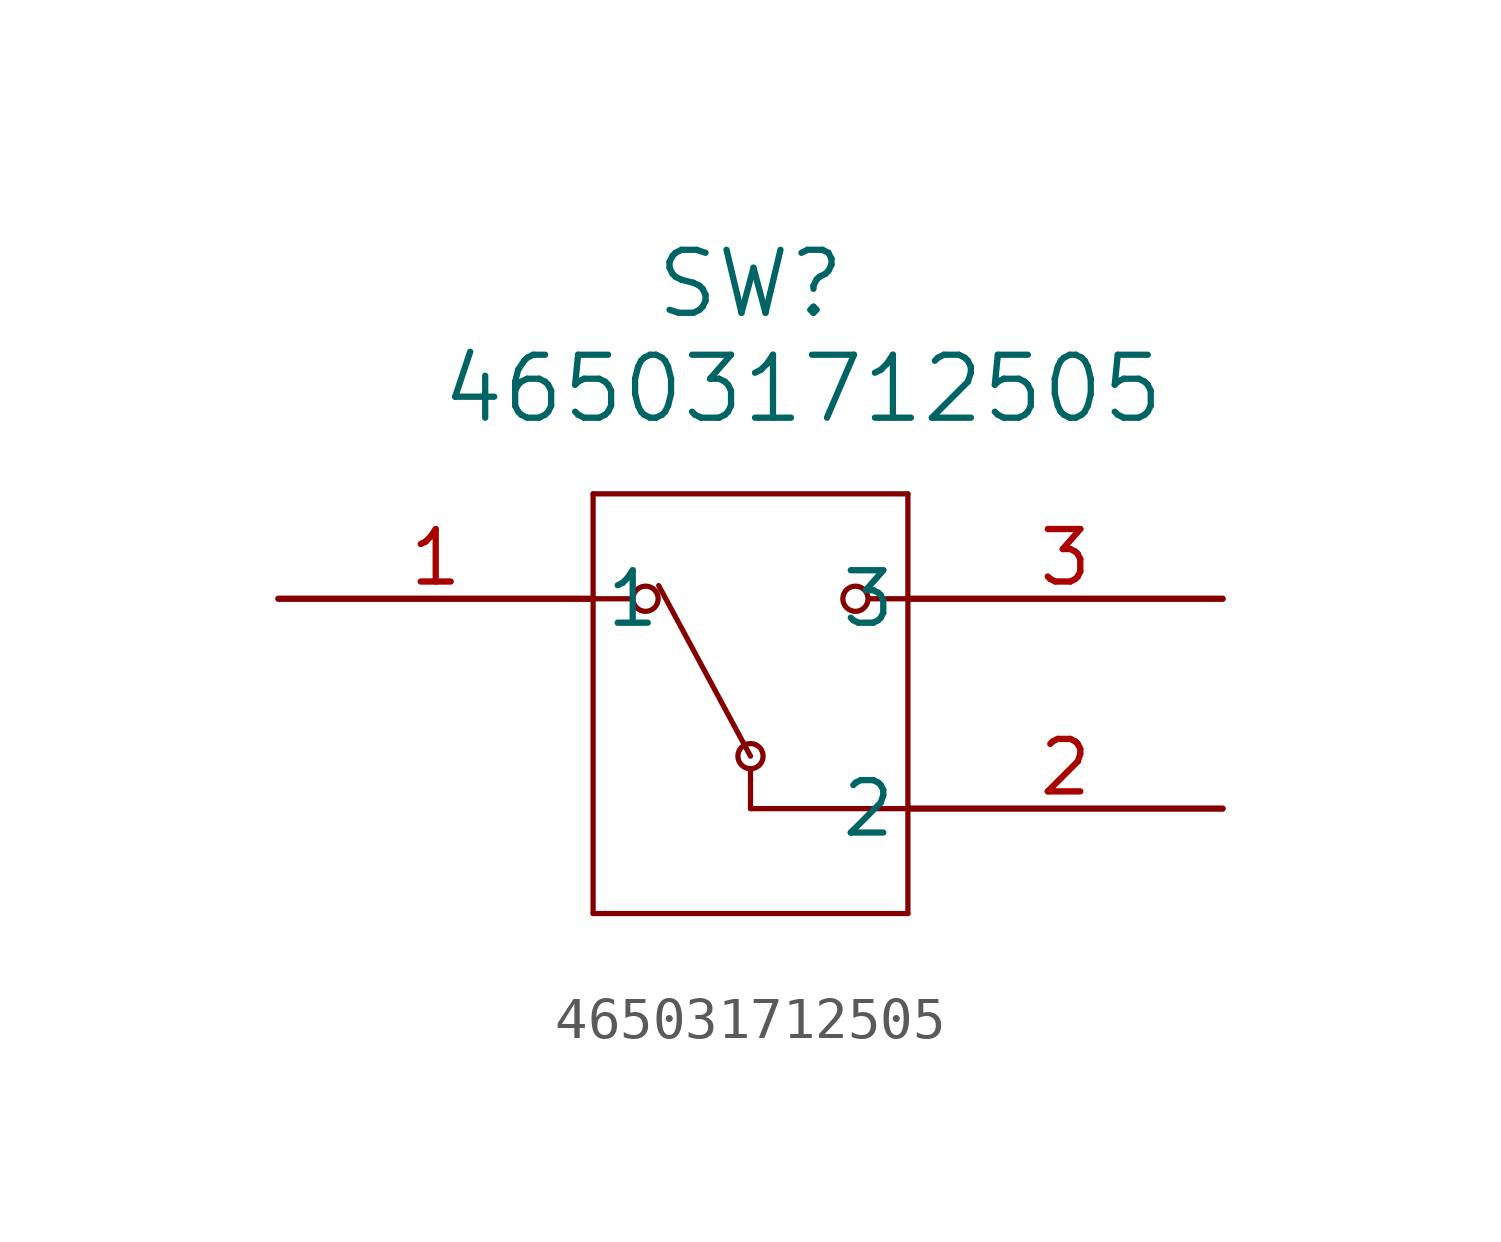
<source format=kicad_sym>
(kicad_symbol_lib
  (version 20211014)
  (generator kicad_symbol_editor)
  (symbol "465031712505"
    (pin_names
      (offset 0.254))
    (property "Reference" "SW"
      (at 11.43 7.62 0)
      (effects (font (size 1.524 1.524))))
    (property "Value" "465031712505"
      (at 12.7 5.08 0)
      (effects (font (size 1.524 1.524))))
    (symbol "465031712505_0_1"
      (polyline (pts (xy 7.62 2.54) (xy 7.62 -7.62)) (stroke (width 0.127) (type default) (color 0 0 0 0)) (fill (type none)))
      (polyline (pts (xy 7.62 -7.62) (xy 15.24 -7.62)) (stroke (width 0.127) (type default) (color 0 0 0 0)) (fill (type none)))
      (polyline (pts (xy 15.24 -7.62) (xy 15.24 2.54)) (stroke (width 0.127) (type default) (color 0 0 0 0)) (fill (type none)))
      (polyline (pts (xy 15.24 2.54) (xy 7.62 2.54)) (stroke (width 0.127) (type default) (color 0 0 0 0)) (fill (type none)))
      (polyline (pts (xy 7.62 0) (xy 8.572 0)) (stroke (width 0.127) (type default) (color 0 0 0 0)) (fill (type none)))
      (polyline (pts (xy 14.287 0) (xy 15.24 0)) (stroke (width 0.127) (type default) (color 0 0 0 0)) (fill (type none)))
      (polyline (pts (xy 11.43 -4.115) (xy 11.43 -5.08)) (stroke (width 0.127) (type default) (color 0 0 0 0)) (fill (type none)))
      (polyline (pts (xy 11.43 -5.08) (xy 15.24 -5.08)) (stroke (width 0.127) (type default) (color 0 0 0 0)) (fill (type none)))
      (circle (center 8.89 0) (radius 0.305) (stroke (width 0.127) (type default) (color 0 0 0 0)) (fill (type none)))
      (circle (center 13.97 0) (radius 0.305) (stroke (width 0.127) (type default) (color 0 0 0 0)) (fill (type none)))
      (circle (center 11.43 -3.81) (radius 0.305) (stroke (width 0.127) (type default) (color 0 0 0 0)) (fill (type none)))
      (polyline (pts (xy 11.43 -3.81) (xy 9.207 0.318)) (stroke (width 0.127) (type default) (color 0 0 0 0)) (fill (type none)))
      (pin unspecified line (at 0 0 0) (length 7.62) (name "1" (effects (font (size 1.27 1.27)))) (number "1" (effects (font (size 1.27 1.27)))))
      (pin unspecified line (at 22.86 -5.08 180) (length 7.62) (name "2" (effects (font (size 1.27 1.27)))) (number "2" (effects (font (size 1.27 1.27)))))
      (pin unspecified line (at 22.86 0 180) (length 7.62) (name "3" (effects (font (size 1.27 1.27)))) (number "3" (effects (font (size 1.27 1.27))))))))
</source>
